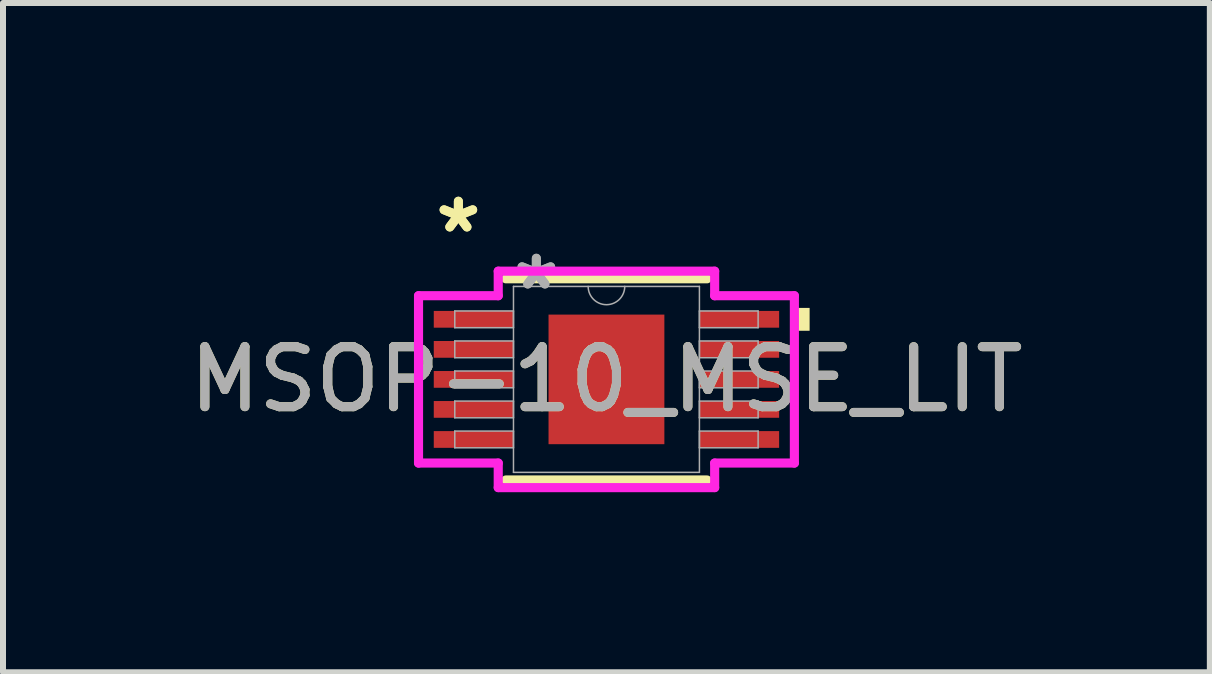
<source format=kicad_pcb>
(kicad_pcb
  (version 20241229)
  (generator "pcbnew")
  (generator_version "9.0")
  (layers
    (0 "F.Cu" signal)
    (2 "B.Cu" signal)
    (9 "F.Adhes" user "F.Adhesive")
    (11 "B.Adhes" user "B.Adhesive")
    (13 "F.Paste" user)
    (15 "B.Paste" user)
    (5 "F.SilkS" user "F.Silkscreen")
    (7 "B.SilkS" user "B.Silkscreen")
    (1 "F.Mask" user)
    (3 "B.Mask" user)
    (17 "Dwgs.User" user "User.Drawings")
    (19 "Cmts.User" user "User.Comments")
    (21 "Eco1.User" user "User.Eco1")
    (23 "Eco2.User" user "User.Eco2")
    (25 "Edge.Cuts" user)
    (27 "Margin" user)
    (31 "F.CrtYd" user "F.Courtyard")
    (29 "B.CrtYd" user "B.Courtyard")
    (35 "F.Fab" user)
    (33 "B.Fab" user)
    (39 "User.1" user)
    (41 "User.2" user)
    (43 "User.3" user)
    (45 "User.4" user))
  (footprint "MSOP-10_MSE_LIT"
    (layer "F.Cu")
    (at 7.054 3.271)
    (property "Reference" "MSOP-10_MSE_LIT" (at 0 0 0) (unlocked yes) (layer "F.SilkS") (effects (font (size 1 1) (thickness 0.15))))
    (attr smd)
    (fp_line (start -1.676 1.676) (end 1.676 1.676) (stroke (width 0.152) (type solid)) (layer "F.SilkS"))
    (fp_line (start 1.676 -1.676) (end -1.676 -1.676) (stroke (width 0.152) (type solid)) (layer "F.SilkS"))
    (fp_poly (pts (xy 3.385 -1.191) (xy 3.385 -0.81) (xy 3.131 -0.81) (xy 3.131 -1.191)) (stroke (width 0) (type solid)) (fill yes) (layer "F.SilkS"))
    (fp_line (start -3.131 -1.394) (end -1.803 -1.394) (stroke (width 0.152) (type solid)) (layer "F.CrtYd"))
    (fp_line (start -3.131 1.394) (end -3.131 -1.394) (stroke (width 0.152) (type solid)) (layer "F.CrtYd"))
    (fp_line (start -3.131 1.394) (end -1.803 1.394) (stroke (width 0.152) (type solid)) (layer "F.CrtYd"))
    (fp_line (start -1.803 -1.803) (end 1.803 -1.803) (stroke (width 0.152) (type solid)) (layer "F.CrtYd"))
    (fp_line (start -1.803 -1.394) (end -1.803 -1.803) (stroke (width 0.152) (type solid)) (layer "F.CrtYd"))
    (fp_line (start -1.803 1.803) (end -1.803 1.394) (stroke (width 0.152) (type solid)) (layer "F.CrtYd"))
    (fp_line (start 1.803 -1.803) (end 1.803 -1.394) (stroke (width 0.152) (type solid)) (layer "F.CrtYd"))
    (fp_line (start 1.803 1.394) (end 1.803 1.803) (stroke (width 0.152) (type solid)) (layer "F.CrtYd"))
    (fp_line (start 1.803 1.803) (end -1.803 1.803) (stroke (width 0.152) (type solid)) (layer "F.CrtYd"))
    (fp_line (start 3.131 -1.394) (end 1.803 -1.394) (stroke (width 0.152) (type solid)) (layer "F.CrtYd"))
    (fp_line (start 3.131 -1.394) (end 3.131 1.394) (stroke (width 0.152) (type solid)) (layer "F.CrtYd"))
    (fp_line (start 3.131 1.394) (end 1.803 1.394) (stroke (width 0.152) (type solid)) (layer "F.CrtYd"))
    (fp_line (start -2.527 -1.14) (end -2.527 -0.861) (stroke (width 0.025) (type solid)) (layer "F.Fab"))
    (fp_line (start -2.527 -0.861) (end -1.549 -0.861) (stroke (width 0.025) (type solid)) (layer "F.Fab"))
    (fp_line (start -2.527 -0.64) (end -2.527 -0.361) (stroke (width 0.025) (type solid)) (layer "F.Fab"))
    (fp_line (start -2.527 -0.361) (end -1.549 -0.361) (stroke (width 0.025) (type solid)) (layer "F.Fab"))
    (fp_line (start -2.527 -0.14) (end -2.527 0.14) (stroke (width 0.025) (type solid)) (layer "F.Fab"))
    (fp_line (start -2.527 0.14) (end -1.549 0.14) (stroke (width 0.025) (type solid)) (layer "F.Fab"))
    (fp_line (start -2.527 0.361) (end -2.527 0.64) (stroke (width 0.025) (type solid)) (layer "F.Fab"))
    (fp_line (start -2.527 0.64) (end -1.549 0.64) (stroke (width 0.025) (type solid)) (layer "F.Fab"))
    (fp_line (start -2.527 0.861) (end -2.527 1.14) (stroke (width 0.025) (type solid)) (layer "F.Fab"))
    (fp_line (start -2.527 1.14) (end -1.549 1.14) (stroke (width 0.025) (type solid)) (layer "F.Fab"))
    (fp_line (start -1.549 -1.549) (end -1.549 1.549) (stroke (width 0.025) (type solid)) (layer "F.Fab"))
    (fp_line (start -1.549 -1.14) (end -2.527 -1.14) (stroke (width 0.025) (type solid)) (layer "F.Fab"))
    (fp_line (start -1.549 -0.861) (end -1.549 -1.14) (stroke (width 0.025) (type solid)) (layer "F.Fab"))
    (fp_line (start -1.549 -0.64) (end -2.527 -0.64) (stroke (width 0.025) (type solid)) (layer "F.Fab"))
    (fp_line (start -1.549 -0.361) (end -1.549 -0.64) (stroke (width 0.025) (type solid)) (layer "F.Fab"))
    (fp_line (start -1.549 -0.14) (end -2.527 -0.14) (stroke (width 0.025) (type solid)) (layer "F.Fab"))
    (fp_line (start -1.549 0.14) (end -1.549 -0.14) (stroke (width 0.025) (type solid)) (layer "F.Fab"))
    (fp_line (start -1.549 0.361) (end -2.527 0.361) (stroke (width 0.025) (type solid)) (layer "F.Fab"))
    (fp_line (start -1.549 0.64) (end -1.549 0.361) (stroke (width 0.025) (type solid)) (layer "F.Fab"))
    (fp_line (start -1.549 0.861) (end -2.527 0.861) (stroke (width 0.025) (type solid)) (layer "F.Fab"))
    (fp_line (start -1.549 1.14) (end -1.549 0.861) (stroke (width 0.025) (type solid)) (layer "F.Fab"))
    (fp_line (start -1.549 1.549) (end 1.549 1.549) (stroke (width 0.025) (type solid)) (layer "F.Fab"))
    (fp_line (start 1.549 -1.549) (end -1.549 -1.549) (stroke (width 0.025) (type solid)) (layer "F.Fab"))
    (fp_line (start 1.549 -1.14) (end 1.549 -0.861) (stroke (width 0.025) (type solid)) (layer "F.Fab"))
    (fp_line (start 1.549 -0.861) (end 2.527 -0.861) (stroke (width 0.025) (type solid)) (layer "F.Fab"))
    (fp_line (start 1.549 -0.64) (end 1.549 -0.361) (stroke (width 0.025) (type solid)) (layer "F.Fab"))
    (fp_line (start 1.549 -0.361) (end 2.527 -0.361) (stroke (width 0.025) (type solid)) (layer "F.Fab"))
    (fp_line (start 1.549 -0.14) (end 1.549 0.14) (stroke (width 0.025) (type solid)) (layer "F.Fab"))
    (fp_line (start 1.549 0.14) (end 2.527 0.14) (stroke (width 0.025) (type solid)) (layer "F.Fab"))
    (fp_line (start 1.549 0.361) (end 1.549 0.64) (stroke (width 0.025) (type solid)) (layer "F.Fab"))
    (fp_line (start 1.549 0.64) (end 2.527 0.64) (stroke (width 0.025) (type solid)) (layer "F.Fab"))
    (fp_line (start 1.549 0.861) (end 1.549 1.14) (stroke (width 0.025) (type solid)) (layer "F.Fab"))
    (fp_line (start 1.549 1.14) (end 2.527 1.14) (stroke (width 0.025) (type solid)) (layer "F.Fab"))
    (fp_line (start 1.549 1.549) (end 1.549 -1.549) (stroke (width 0.025) (type solid)) (layer "F.Fab"))
    (fp_line (start 2.527 -1.14) (end 1.549 -1.14) (stroke (width 0.025) (type solid)) (layer "F.Fab"))
    (fp_line (start 2.527 -0.861) (end 2.527 -1.14) (stroke (width 0.025) (type solid)) (layer "F.Fab"))
    (fp_line (start 2.527 -0.64) (end 1.549 -0.64) (stroke (width 0.025) (type solid)) (layer "F.Fab"))
    (fp_line (start 2.527 -0.361) (end 2.527 -0.64) (stroke (width 0.025) (type solid)) (layer "F.Fab"))
    (fp_line (start 2.527 -0.14) (end 1.549 -0.14) (stroke (width 0.025) (type solid)) (layer "F.Fab"))
    (fp_line (start 2.527 0.14) (end 2.527 -0.14) (stroke (width 0.025) (type solid)) (layer "F.Fab"))
    (fp_line (start 2.527 0.361) (end 1.549 0.361) (stroke (width 0.025) (type solid)) (layer "F.Fab"))
    (fp_line (start 2.527 0.64) (end 2.527 0.361) (stroke (width 0.025) (type solid)) (layer "F.Fab"))
    (fp_line (start 2.527 0.861) (end 1.549 0.861) (stroke (width 0.025) (type solid)) (layer "F.Fab"))
    (fp_line (start 2.527 1.14) (end 2.527 0.861) (stroke (width 0.025) (type solid)) (layer "F.Fab"))
    (fp_arc (start 0.3048 -1.5494) (mid 0 -1.2446) (end -0.3048 -1.5494) (stroke (width 0.0254) (type solid)) (layer "F.Fab"))
    (fp_text user "*" (at -2.467 -2.423 0) (layer "F.SilkS") (effects (font (size 1 1) (thickness 0.15))))
    (fp_text user "*" (at -2.467 -2.423 0) (unlocked yes) (layer "F.SilkS") (effects (font (size 1 1) (thickness 0.15))))
    (fp_text user "*" (at -1.168 -1.473 0) (layer "F.Fab") (effects (font (size 1 1) (thickness 0.15))))
    (fp_text user "${REFERENCE}" (at 0 0 0) (unlocked yes) (layer "F.Fab") (effects (font (size 1 1) (thickness 0.15))))
    (fp_text user "*" (at -1.168 -1.473 0) (unlocked yes) (layer "F.Fab") (effects (font (size 1 1) (thickness 0.15))))
    (pad "1" smd rect (at -2.213 -1.001) (size 1.328 0.279) (layers "F.Cu" "F.Mask" "F.Paste"))
    (pad "2" smd rect (at -2.213 -0.5) (size 1.328 0.279) (layers "F.Cu" "F.Mask" "F.Paste"))
    (pad "3" smd rect (at -2.213 0) (size 1.328 0.279) (layers "F.Cu" "F.Mask" "F.Paste"))
    (pad "4" smd rect (at -2.213 0.5) (size 1.328 0.279) (layers "F.Cu" "F.Mask" "F.Paste"))
    (pad "5" smd rect (at -2.213 1.001) (size 1.328 0.279) (layers "F.Cu" "F.Mask" "F.Paste"))
    (pad "6" smd rect (at 2.213 1.001) (size 1.328 0.279) (layers "F.Cu" "F.Mask" "F.Paste"))
    (pad "7" smd rect (at 2.213 0.5) (size 1.328 0.279) (layers "F.Cu" "F.Mask" "F.Paste"))
    (pad "8" smd rect (at 2.213 0) (size 1.328 0.279) (layers "F.Cu" "F.Mask" "F.Paste"))
    (pad "9" smd rect (at 2.213 -0.5) (size 1.328 0.279) (layers "F.Cu" "F.Mask" "F.Paste"))
    (pad "10" smd rect (at 2.213 -1.001) (size 1.328 0.279) (layers "F.Cu" "F.Mask" "F.Paste"))
    (pad "EPAD" smd rect (at 0 0) (size 1.93 2.159) (layers "F.Cu" "F.Mask" "F.Paste")))
  (gr_rect
    (start -3 -3)
    (end 17.107 8.151)
    (stroke (width 0.1) (type default))
    (fill no)
    (layer "Edge.Cuts")))
</source>
